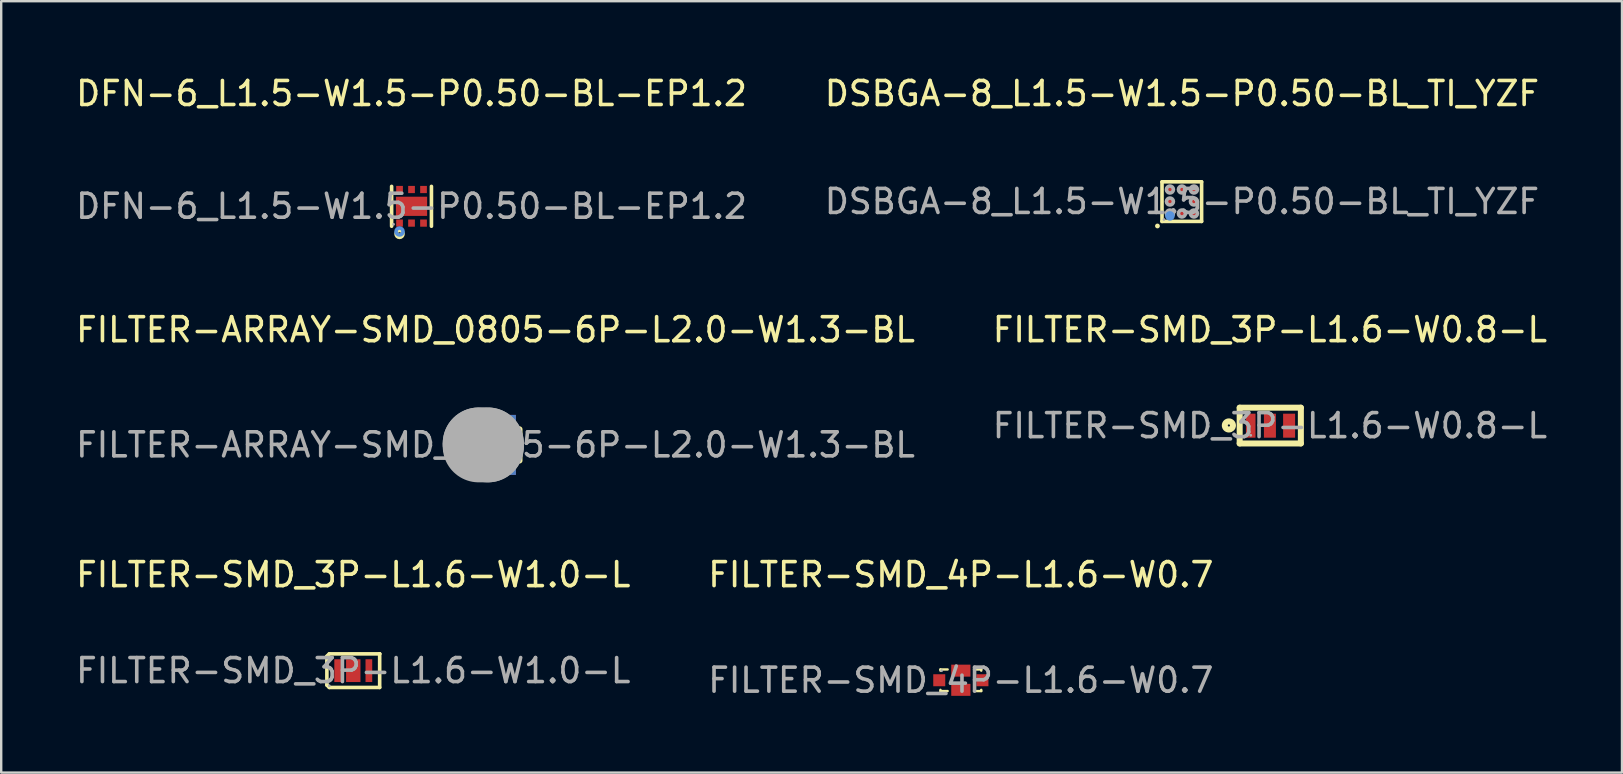
<source format=kicad_pcb>
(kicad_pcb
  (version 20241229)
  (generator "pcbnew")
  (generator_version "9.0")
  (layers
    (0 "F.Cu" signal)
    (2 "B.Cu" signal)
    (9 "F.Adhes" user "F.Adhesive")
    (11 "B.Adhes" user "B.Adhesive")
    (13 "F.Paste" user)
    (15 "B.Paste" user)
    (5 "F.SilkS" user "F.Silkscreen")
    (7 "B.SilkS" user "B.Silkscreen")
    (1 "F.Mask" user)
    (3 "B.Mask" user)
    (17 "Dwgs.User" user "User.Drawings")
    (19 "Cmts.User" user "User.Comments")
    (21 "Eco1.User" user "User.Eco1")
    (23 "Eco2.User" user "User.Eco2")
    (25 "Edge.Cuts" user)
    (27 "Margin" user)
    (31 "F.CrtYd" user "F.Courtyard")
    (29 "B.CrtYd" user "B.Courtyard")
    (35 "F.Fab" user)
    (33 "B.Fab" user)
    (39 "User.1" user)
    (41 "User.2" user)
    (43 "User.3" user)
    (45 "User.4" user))
  (footprint "FILTER-ARRAY-SMD_0805-6P-L2.0-W1.3-BL"
    (layer "F.Cu")
    (at 17.601 15.492)
    (property "Reference" "FILTER-ARRAY-SMD_0805-6P-L2.0-W1.3-BL" (at 0 -4.8 0) (layer "F.SilkS") (effects (font (size 1 1) (thickness 0.15))))
    (attr through_hole)
    (fp_line (start -1 0.65) (end -1 -0.65) (stroke (width 0.25) (type solid)) (layer "F.SilkS"))
    (fp_line (start 1 -0.65) (end 1 0.65) (stroke (width 0.25) (type solid)) (layer "F.SilkS"))
    (fp_line (start -0.7 -0.06) (end -0.7 -0.06) (stroke (width 3) (type solid)) (layer "F.Fab"))
    (fp_line (start -0.7 -0.06) (end -0.32 -0.06) (stroke (width 3) (type solid)) (layer "F.Fab"))
    (fp_line (start -0.32 -0.06) (end -0.32 0.06) (stroke (width 3) (type solid)) (layer "F.Fab"))
    (fp_line (start -0.32 0.06) (end -0.7 0.06) (stroke (width 3) (type solid)) (layer "F.Fab"))
    (fp_circle (center -1.13 1.25) (end -1.1 1.25) (stroke (width 0.06) (type solid)) (fill no) (layer "F.Fab"))
    (fp_text user "${REFERENCE}" (at 0 0 0) (layer "F.Fab") (effects (font (size 1 1) (thickness 0.15))))
    (pad "1" thru_hole rect (at -0.65 0.8) (size 0.4 0.9) (drill 0.000051) (layers "F.Cu" "F.Mask" "F.Paste"))
    (pad "2" thru_hole rect (at 0 0.8) (size 0.4 0.9) (drill 0.000051) (layers "F.Cu" "F.Mask" "F.Paste"))
    (pad "3" thru_hole rect (at 0.65 0.8) (size 0.4 0.9) (drill 0.000051) (layers "F.Cu" "F.Mask" "F.Paste"))
    (pad "4" thru_hole rect (at 0.65 -0.8) (size 0.4 0.9) (drill 0.000051) (layers "F.Cu" "F.Mask" "F.Paste"))
    (pad "5" thru_hole rect (at 0 -0.8) (size 0.4 0.9) (drill 0.000051) (layers "F.Cu" "F.Mask" "F.Paste"))
    (pad "6" thru_hole rect (at -0.65 -0.8) (size 0.4 0.9) (drill 0.000051) (layers "F.Cu" "F.Mask" "F.Paste")))
  (footprint "FILTER-SMD_3P-L1.6-W1.0-L"
    (layer "F.Cu")
    (at 11.673 24.9)
    (property "Reference" "FILTER-SMD_3P-L1.6-W1.0-L" (at 0 -4 0) (layer "F.SilkS") (effects (font (size 1 1) (thickness 0.15))))
    (attr through_hole)
    (fp_line (start -1.1 -0.6) (end -1 -0.7) (stroke (width 0.15) (type solid)) (layer "F.SilkS"))
    (fp_line (start -1.1 0.6) (end -1.1 -0.6) (stroke (width 0.15) (type solid)) (layer "F.SilkS"))
    (fp_line (start -1 -0.7) (end 1.1 -0.7) (stroke (width 0.15) (type solid)) (layer "F.SilkS"))
    (fp_line (start -1 0.7) (end -1.1 0.6) (stroke (width 0.15) (type solid)) (layer "F.SilkS"))
    (fp_line (start 1.1 -0.7) (end 1.1 -0.7) (stroke (width 0.15) (type solid)) (layer "F.SilkS"))
    (fp_line (start 1.1 -0.7) (end 1.1 0.7) (stroke (width 0.15) (type solid)) (layer "F.SilkS"))
    (fp_line (start 1.1 0.7) (end -1 0.7) (stroke (width 0.15) (type solid)) (layer "F.SilkS"))
    (fp_circle (center -1 0.63) (end -0.97 0.63) (stroke (width 0.06) (type solid)) (fill no) (layer "F.Fab"))
    (fp_text user "${REFERENCE}" (at 0 0 0) (layer "F.Fab") (effects (font (size 1 1) (thickness 0.15))))
    (pad "1" smd rect (at -0.65 0 90) (size 0.95 0.28) (layers "F.Cu" "F.Mask" "F.Paste"))
    (pad "2" smd rect (at 0 0 90) (size 0.95 0.6) (layers "F.Cu" "F.Mask" "F.Paste"))
    (pad "3" smd rect (at 0.65 0 90) (size 0.95 0.28) (layers "F.Cu" "F.Mask" "F.Paste")))
  (footprint "DFN-6_L1.5-W1.5-P0.50-BL-EP1.2"
    (layer "F.Cu")
    (at 14.101 5.548)
    (property "Reference" "DFN-6_L1.5-W1.5-P0.50-BL-EP1.2" (at 0 -4.7 0) (layer "F.SilkS") (effects (font (size 1 1) (thickness 0.15))))
    (attr through_hole)
    (fp_line (start -0.83 0.83) (end -0.83 -0.83) (stroke (width 0.15) (type solid)) (layer "F.SilkS"))
    (fp_line (start 0.83 0.83) (end 0.83 -0.83) (stroke (width 0.15) (type solid)) (layer "F.SilkS"))
    (fp_circle (center -0.5 1.15) (end -0.43 1.15) (stroke (width 0.15) (type solid)) (fill no) (layer "F.SilkS"))
    (fp_circle (center -0.5 1.05) (end -0.43 1.05) (stroke (width 0.15) (type solid)) (fill no) (layer "Cmts.User"))
    (fp_circle (center -0.75 0.75) (end -0.72 0.75) (stroke (width 0.06) (type solid)) (fill no) (layer "F.Fab"))
    (fp_text user "${REFERENCE}" (at 0 0 0) (layer "F.Fab") (effects (font (size 1 1) (thickness 0.15))))
    (pad "1" smd rect (at -0.5 0.7) (size 0.28 0.3) (layers "F.Cu" "F.Mask" "F.Paste"))
    (pad "2" smd rect (at 0 0.7) (size 0.28 0.3) (layers "F.Cu" "F.Mask" "F.Paste"))
    (pad "3" smd rect (at 0.5 0.7) (size 0.28 0.3) (layers "F.Cu" "F.Mask" "F.Paste"))
    (pad "4" smd rect (at 0.5 -0.7) (size 0.28 0.3) (layers "F.Cu" "F.Mask" "F.Paste"))
    (pad "5" smd rect (at 0 -0.7) (size 0.28 0.3) (layers "F.Cu" "F.Mask" "F.Paste"))
    (pad "6" smd rect (at -0.5 -0.7) (size 0.28 0.3) (layers "F.Cu" "F.Mask" "F.Paste"))
    (pad "7" smd rect (at 0 0) (size 1.3 0.8) (layers "F.Cu" "F.Mask" "F.Paste")))
  (footprint "FILTER-SMD_3P-L1.6-W0.8-L"
    (layer "F.Cu")
    (at 49.875 14.691)
    (property "Reference" "FILTER-SMD_3P-L1.6-W0.8-L" (at 0 -4 0) (layer "F.SilkS") (effects (font (size 1 1) (thickness 0.15))))
    (attr through_hole)
    (fp_line (start -1.26 -0.75) (end -1.26 0.74) (stroke (width 0.25) (type solid)) (layer "F.SilkS"))
    (fp_line (start -1.26 -0.75) (end 1.29 -0.75) (stroke (width 0.25) (type solid)) (layer "F.SilkS"))
    (fp_line (start 1.29 -0.75) (end 1.29 0.74) (stroke (width 0.25) (type solid)) (layer "F.SilkS"))
    (fp_line (start 1.29 0.74) (end -1.26 0.74) (stroke (width 0.25) (type solid)) (layer "F.SilkS"))
    (fp_circle (center -1.71 -0.01) (end -1.54 -0.01) (stroke (width 0.25) (type solid)) (fill no) (layer "F.SilkS"))
    (fp_circle (center -0.8 0.4) (end -0.77 0.4) (stroke (width 0.06) (type solid)) (fill no) (layer "F.Fab"))
    (fp_text user "${REFERENCE}" (at 0 0 0) (layer "F.Fab") (effects (font (size 1 1) (thickness 0.15))))
    (pad "1" smd rect (at -0.8 0 90) (size 1 0.4) (layers "F.Cu" "F.Mask" "F.Paste"))
    (pad "2" smd rect (at 0 0 90) (size 1 0.5) (layers "F.Cu" "F.Mask" "F.Paste"))
    (pad "3" smd rect (at 0.8 0 90) (size 1 0.5) (layers "F.Cu" "F.Mask" "F.Paste")))
  (footprint "FILTER-SMD_4P-L1.6-W0.7"
    (layer "F.Cu")
    (at 36.994 25.3)
    (property "Reference" "FILTER-SMD_4P-L1.6-W0.7" (at 0 -4.4 0) (layer "F.SilkS") (effects (font (size 1 1) (thickness 0.15))))
    (attr through_hole)
    (fp_line (start -0.85 -0.45) (end -0.55 -0.45) (stroke (width 0.1) (type solid)) (layer "F.SilkS"))
    (fp_line (start -0.85 -0.4) (end -0.85 -0.45) (stroke (width 0.1) (type solid)) (layer "F.SilkS"))
    (fp_line (start -0.85 0.45) (end -0.85 0.4) (stroke (width 0.1) (type solid)) (layer "F.SilkS"))
    (fp_line (start -0.55 0.45) (end -0.85 0.45) (stroke (width 0.1) (type solid)) (layer "F.SilkS"))
    (fp_line (start 0.55 -0.45) (end 0.85 -0.45) (stroke (width 0.1) (type solid)) (layer "F.SilkS"))
    (fp_line (start 0.85 -0.45) (end 0.85 -0.4) (stroke (width 0.1) (type solid)) (layer "F.SilkS"))
    (fp_line (start 0.85 0.4) (end 0.85 0.45) (stroke (width 0.1) (type solid)) (layer "F.SilkS"))
    (fp_line (start 0.85 0.45) (end 0.55 0.45) (stroke (width 0.1) (type solid)) (layer "F.SilkS"))
    (fp_circle (center -0.8 -0.4) (end -0.77 -0.4) (stroke (width 0.06) (type solid)) (fill no) (layer "F.Fab"))
    (fp_text user "${REFERENCE}" (at 0 0 0) (layer "F.Fab") (effects (font (size 1 1) (thickness 0.15))))
    (pad "1" smd rect (at 0 -0.4) (size 0.8 0.5) (layers "F.Cu" "F.Mask" "F.Paste"))
    (pad "2" smd rect (at 0.9 0) (size 0.5 0.5) (layers "F.Cu" "F.Mask" "F.Paste"))
    (pad "3" smd rect (at 0 0.4) (size 0.8 0.5) (layers "F.Cu" "F.Mask" "F.Paste"))
    (pad "4" smd rect (at -0.9 0) (size 0.5 0.5) (layers "F.Cu" "F.Mask" "F.Paste")))
  (footprint "DSBGA-8_L1.5-W1.5-P0.50-BL_TI_YZF"
    (layer "F.Cu")
    (at 46.208 5.348)
    (property "Reference" "DSBGA-8_L1.5-W1.5-P0.50-BL_TI_YZF" (at 0 -4.5 0) (layer "F.SilkS") (effects (font (size 1 1) (thickness 0.15))))
    (attr through_hole)
    (fp_line (start -0.83 -0.82) (end 0.82 -0.82) (stroke (width 0.15) (type solid)) (layer "F.SilkS"))
    (fp_line (start -0.83 0.83) (end -0.83 -0.82) (stroke (width 0.15) (type solid)) (layer "F.SilkS"))
    (fp_line (start 0.82 -0.82) (end 0.82 0.83) (stroke (width 0.15) (type solid)) (layer "F.SilkS"))
    (fp_line (start 0.82 0.83) (end -0.83 0.83) (stroke (width 0.15) (type solid)) (layer "F.SilkS"))
    (fp_circle (center -1.02 1.02) (end -0.97 1.02) (stroke (width 0.1) (type solid)) (fill no) (layer "F.SilkS"))
    (fp_circle (center -0.5 0.6) (end -0.4 0.6) (stroke (width 0.2) (type solid)) (fill no) (layer "Cmts.User"))
    (fp_circle (center -0.75 0.75) (end -0.72 0.75) (stroke (width 0.06) (type solid)) (fill no) (layer "F.Fab"))
    (fp_circle (center -0.5 -0.5) (end -0.43 -0.5) (stroke (width 0.15) (type solid)) (fill no) (layer "F.Fab"))
    (fp_circle (center -0.5 0) (end -0.43 0) (stroke (width 0.15) (type solid)) (fill no) (layer "F.Fab"))
    (fp_circle (center -0.5 0.5) (end -0.43 0.5) (stroke (width 0.15) (type solid)) (fill no) (layer "F.Fab"))
    (fp_circle (center 0 -0.5) (end 0.07 -0.5) (stroke (width 0.15) (type solid)) (fill no) (layer "F.Fab"))
    (fp_circle (center 0 0.5) (end 0.07 0.5) (stroke (width 0.15) (type solid)) (fill no) (layer "F.Fab"))
    (fp_circle (center 0.5 -0.5) (end 0.57 -0.5) (stroke (width 0.15) (type solid)) (fill no) (layer "F.Fab"))
    (fp_circle (center 0.5 0) (end 0.57 0) (stroke (width 0.15) (type solid)) (fill no) (layer "F.Fab"))
    (fp_circle (center 0.5 0.5) (end 0.57 0.5) (stroke (width 0.15) (type solid)) (fill no) (layer "F.Fab"))
    (fp_text user "${REFERENCE}" (at 0 0 0) (layer "F.Fab") (effects (font (size 1 1) (thickness 0.15))))
    (pad "A1" smd circle (at -0.5 0.5 180) (size 0.24 0.24) (layers "F.Cu" "F.Mask" "F.Paste"))
    (pad "A2" smd circle (at -0.5 0 180) (size 0.24 0.24) (layers "F.Cu" "F.Mask" "F.Paste"))
    (pad "A3" smd circle (at -0.5 -0.5 180) (size 0.24 0.24) (layers "F.Cu" "F.Mask" "F.Paste"))
    (pad "B1" smd circle (at 0 0.5 180) (size 0.24 0.24) (layers "F.Cu" "F.Mask" "F.Paste"))
    (pad "B3" smd circle (at 0 -0.5 180) (size 0.24 0.24) (layers "F.Cu" "F.Mask" "F.Paste"))
    (pad "C1" smd circle (at 0.5 0.5 180) (size 0.24 0.24) (layers "F.Cu" "F.Mask" "F.Paste"))
    (pad "C2" smd circle (at 0.5 0 180) (size 0.24 0.24) (layers "F.Cu" "F.Mask" "F.Paste"))
    (pad "C3" smd circle (at 0.5 -0.5 180) (size 0.24 0.24) (layers "F.Cu" "F.Mask" "F.Paste")))
  (gr_rect
    (start -3 -3)
    (end 64.548 29.148)
    (stroke (width 0.1) (type default))
    (fill no)
    (layer "Edge.Cuts")))
</source>
